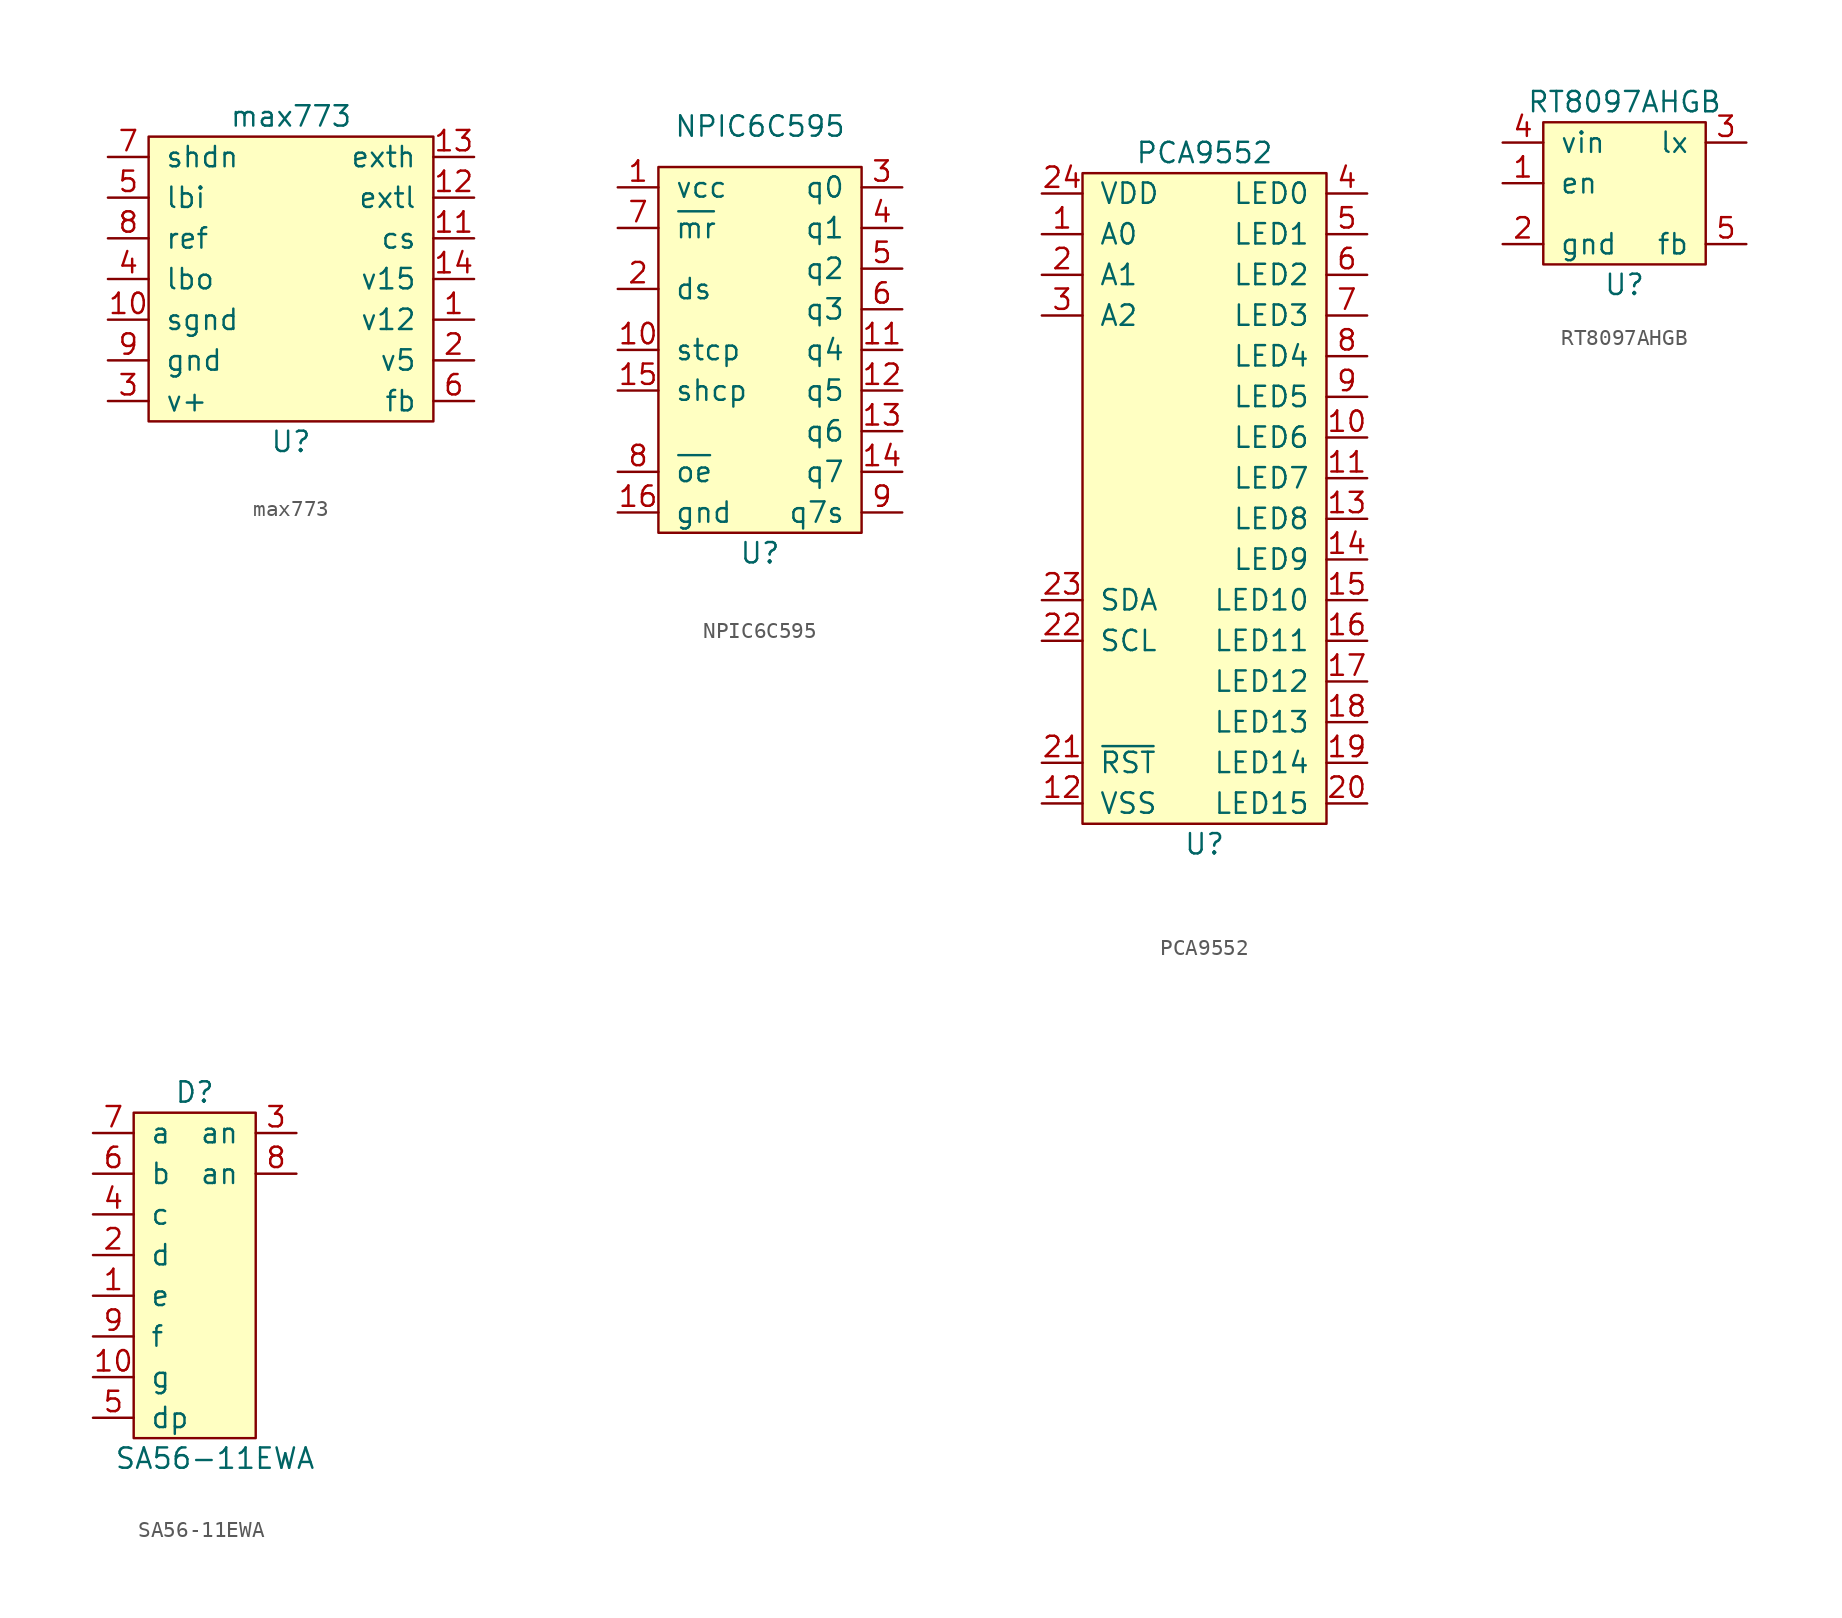
<source format=kicad_sym>
(kicad_symbol_lib
  (version 20211014)
  (generator kicad_symbol_editor)
  (symbol "max773"
    (pin_names
      (offset 1.016))
    (property "Reference" "U"
      (at 0 -10.16 0)
      (effects (font (size 1.27 1.27))))
    (property "Value" "max773"
      (at 0 10.16 0)
      (effects (font (size 1.27 1.27))))
    (symbol "max773_0_1"
      (rectangle (start -8.89 8.89) (end 8.89 -8.89) (stroke (width 0) (type default) (color 0 0 0 0)) (fill (type background))))
    (symbol "max773_1_1"
      (pin unspecified line (at 11.43 -2.54 180) (length 2.54) (name "v12" (effects (font (size 1.27 1.27)))) (number "1" (effects (font (size 1.27 1.27)))))
      (pin power_in line (at -11.43 -2.54 0) (length 2.54) (name "sgnd" (effects (font (size 1.27 1.27)))) (number "10" (effects (font (size 1.27 1.27)))))
      (pin input line (at 11.43 2.54 180) (length 2.54) (name "cs" (effects (font (size 1.27 1.27)))) (number "11" (effects (font (size 1.27 1.27)))))
      (pin output line (at 11.43 5.08 180) (length 2.54) (name "extl" (effects (font (size 1.27 1.27)))) (number "12" (effects (font (size 1.27 1.27)))))
      (pin output line (at 11.43 7.62 180) (length 2.54) (name "exth" (effects (font (size 1.27 1.27)))) (number "13" (effects (font (size 1.27 1.27)))))
      (pin unspecified line (at 11.43 0 180) (length 2.54) (name "v15" (effects (font (size 1.27 1.27)))) (number "14" (effects (font (size 1.27 1.27)))))
      (pin unspecified line (at 11.43 -5.08 180) (length 2.54) (name "v5" (effects (font (size 1.27 1.27)))) (number "2" (effects (font (size 1.27 1.27)))))
      (pin power_in line (at -11.43 -7.62 0) (length 2.54) (name "v+" (effects (font (size 1.27 1.27)))) (number "3" (effects (font (size 1.27 1.27)))))
      (pin power_in line (at -11.43 0 0) (length 2.54) (name "lbo" (effects (font (size 1.27 1.27)))) (number "4" (effects (font (size 1.27 1.27)))))
      (pin input line (at -11.43 5.08 0) (length 2.54) (name "lbi" (effects (font (size 1.27 1.27)))) (number "5" (effects (font (size 1.27 1.27)))))
      (pin input line (at 11.43 -7.62 180) (length 2.54) (name "fb" (effects (font (size 1.27 1.27)))) (number "6" (effects (font (size 1.27 1.27)))))
      (pin input line (at -11.43 7.62 0) (length 2.54) (name "shdn" (effects (font (size 1.27 1.27)))) (number "7" (effects (font (size 1.27 1.27)))))
      (pin input line (at -11.43 2.54 0) (length 2.54) (name "ref" (effects (font (size 1.27 1.27)))) (number "8" (effects (font (size 1.27 1.27)))))
      (pin power_in line (at -11.43 -5.08 0) (length 2.54) (name "gnd" (effects (font (size 1.27 1.27)))) (number "9" (effects (font (size 1.27 1.27)))))))
  (symbol "NPIC6C595"
    (pin_names
      (offset 1.016))
    (property "Reference" "U"
      (at 0 -11.43 0)
      (effects (font (size 1.27 1.27))))
    (property "Value" "NPIC6C595"
      (at 0 15.24 0)
      (effects (font (size 1.27 1.27))))
    (symbol "NPIC6C595_0_1"
      (rectangle (start -6.35 12.7) (end 6.35 -10.16) (stroke (width 0) (type default) (color 0 0 0 0)) (fill (type background))))
    (symbol "NPIC6C595_1_1"
      (pin power_in line (at -8.89 11.43 0) (length 2.54) (name "vcc" (effects (font (size 1.27 1.27)))) (number "1" (effects (font (size 1.27 1.27)))))
      (pin input line (at -8.89 1.27 0) (length 2.54) (name "stcp" (effects (font (size 1.27 1.27)))) (number "10" (effects (font (size 1.27 1.27)))))
      (pin open_collector line (at 8.89 1.27 180) (length 2.54) (name "q4" (effects (font (size 1.27 1.27)))) (number "11" (effects (font (size 1.27 1.27)))))
      (pin open_collector line (at 8.89 -1.27 180) (length 2.54) (name "q5" (effects (font (size 1.27 1.27)))) (number "12" (effects (font (size 1.27 1.27)))))
      (pin open_collector line (at 8.89 -3.81 180) (length 2.54) (name "q6" (effects (font (size 1.27 1.27)))) (number "13" (effects (font (size 1.27 1.27)))))
      (pin open_collector line (at 8.89 -6.35 180) (length 2.54) (name "q7" (effects (font (size 1.27 1.27)))) (number "14" (effects (font (size 1.27 1.27)))))
      (pin input line (at -8.89 -1.27 0) (length 2.54) (name "shcp" (effects (font (size 1.27 1.27)))) (number "15" (effects (font (size 1.27 1.27)))))
      (pin power_in line (at -8.89 -8.89 0) (length 2.54) (name "gnd" (effects (font (size 1.27 1.27)))) (number "16" (effects (font (size 1.27 1.27)))))
      (pin input line (at -8.89 5.08 0) (length 2.54) (name "ds" (effects (font (size 1.27 1.27)))) (number "2" (effects (font (size 1.27 1.27)))))
      (pin open_collector line (at 8.89 11.43 180) (length 2.54) (name "q0" (effects (font (size 1.27 1.27)))) (number "3" (effects (font (size 1.27 1.27)))))
      (pin open_collector line (at 8.89 8.89 180) (length 2.54) (name "q1" (effects (font (size 1.27 1.27)))) (number "4" (effects (font (size 1.27 1.27)))))
      (pin open_collector line (at 8.89 6.35 180) (length 2.54) (name "q2" (effects (font (size 1.27 1.27)))) (number "5" (effects (font (size 1.27 1.27)))))
      (pin open_collector line (at 8.89 3.81 180) (length 2.54) (name "q3" (effects (font (size 1.27 1.27)))) (number "6" (effects (font (size 1.27 1.27)))))
      (pin input line (at -8.89 8.89 0) (length 2.54) (name "~{mr}" (effects (font (size 1.27 1.27)))) (number "7" (effects (font (size 1.27 1.27)))))
      (pin input line (at -8.89 -6.35 0) (length 2.54) (name "~{oe}" (effects (font (size 1.27 1.27)))) (number "8" (effects (font (size 1.27 1.27)))))
      (pin output line (at 8.89 -8.89 180) (length 2.54) (name "q7s" (effects (font (size 1.27 1.27)))) (number "9" (effects (font (size 1.27 1.27)))))))
  (symbol "PCA9552"
    (pin_names
      (offset 1.016))
    (property "Reference" "U"
      (at 0 -21.59 0)
      (effects (font (size 1.27 1.27))))
    (property "Value" "PCA9552"
      (at 0 21.59 0)
      (effects (font (size 1.27 1.27))))
    (symbol "PCA9552_0_1"
      (rectangle (start -7.62 20.32) (end 7.62 -20.32) (stroke (width 0) (type default) (color 0 0 0 0)) (fill (type background))))
    (symbol "PCA9552_1_1"
      (pin input line (at -10.16 16.51 0) (length 2.54) (name "A0" (effects (font (size 1.27 1.27)))) (number "1" (effects (font (size 1.27 1.27)))))
      (pin open_collector line (at 10.16 3.81 180) (length 2.54) (name "LED6" (effects (font (size 1.27 1.27)))) (number "10" (effects (font (size 1.27 1.27)))))
      (pin open_collector line (at 10.16 1.27 180) (length 2.54) (name "LED7" (effects (font (size 1.27 1.27)))) (number "11" (effects (font (size 1.27 1.27)))))
      (pin input line (at -10.16 -19.05 0) (length 2.54) (name "VSS" (effects (font (size 1.27 1.27)))) (number "12" (effects (font (size 1.27 1.27)))))
      (pin open_collector line (at 10.16 -1.27 180) (length 2.54) (name "LED8" (effects (font (size 1.27 1.27)))) (number "13" (effects (font (size 1.27 1.27)))))
      (pin open_collector line (at 10.16 -3.81 180) (length 2.54) (name "LED9" (effects (font (size 1.27 1.27)))) (number "14" (effects (font (size 1.27 1.27)))))
      (pin open_collector line (at 10.16 -6.35 180) (length 2.54) (name "LED10" (effects (font (size 1.27 1.27)))) (number "15" (effects (font (size 1.27 1.27)))))
      (pin open_collector line (at 10.16 -8.89 180) (length 2.54) (name "LED11" (effects (font (size 1.27 1.27)))) (number "16" (effects (font (size 1.27 1.27)))))
      (pin open_collector line (at 10.16 -11.43 180) (length 2.54) (name "LED12" (effects (font (size 1.27 1.27)))) (number "17" (effects (font (size 1.27 1.27)))))
      (pin open_collector line (at 10.16 -13.97 180) (length 2.54) (name "LED13" (effects (font (size 1.27 1.27)))) (number "18" (effects (font (size 1.27 1.27)))))
      (pin open_collector line (at 10.16 -16.51 180) (length 2.54) (name "LED14" (effects (font (size 1.27 1.27)))) (number "19" (effects (font (size 1.27 1.27)))))
      (pin input line (at -10.16 13.97 0) (length 2.54) (name "A1" (effects (font (size 1.27 1.27)))) (number "2" (effects (font (size 1.27 1.27)))))
      (pin open_collector line (at 10.16 -19.05 180) (length 2.54) (name "LED15" (effects (font (size 1.27 1.27)))) (number "20" (effects (font (size 1.27 1.27)))))
      (pin input line (at -10.16 -16.51 0) (length 2.54) (name "~{RST}" (effects (font (size 1.27 1.27)))) (number "21" (effects (font (size 1.27 1.27)))))
      (pin input line (at -10.16 -8.89 0) (length 2.54) (name "SCL" (effects (font (size 1.27 1.27)))) (number "22" (effects (font (size 1.27 1.27)))))
      (pin input line (at -10.16 -6.35 0) (length 2.54) (name "SDA" (effects (font (size 1.27 1.27)))) (number "23" (effects (font (size 1.27 1.27)))))
      (pin power_in line (at -10.16 19.05 0) (length 2.54) (name "VDD" (effects (font (size 1.27 1.27)))) (number "24" (effects (font (size 1.27 1.27)))))
      (pin input line (at -10.16 11.43 0) (length 2.54) (name "A2" (effects (font (size 1.27 1.27)))) (number "3" (effects (font (size 1.27 1.27)))))
      (pin open_collector line (at 10.16 19.05 180) (length 2.54) (name "LED0" (effects (font (size 1.27 1.27)))) (number "4" (effects (font (size 1.27 1.27)))))
      (pin open_collector line (at 10.16 16.51 180) (length 2.54) (name "LED1" (effects (font (size 1.27 1.27)))) (number "5" (effects (font (size 1.27 1.27)))))
      (pin open_collector line (at 10.16 13.97 180) (length 2.54) (name "LED2" (effects (font (size 1.27 1.27)))) (number "6" (effects (font (size 1.27 1.27)))))
      (pin open_collector line (at 10.16 11.43 180) (length 2.54) (name "LED3" (effects (font (size 1.27 1.27)))) (number "7" (effects (font (size 1.27 1.27)))))
      (pin open_collector line (at 10.16 8.89 180) (length 2.54) (name "LED4" (effects (font (size 1.27 1.27)))) (number "8" (effects (font (size 1.27 1.27)))))
      (pin open_collector line (at 10.16 6.35 180) (length 2.54) (name "LED5" (effects (font (size 1.27 1.27)))) (number "9" (effects (font (size 1.27 1.27)))))))
  (symbol "RT8097AHGB"
    (pin_names
      (offset 1.016))
    (property "Reference" "U"
      (at 0 -6.35 0)
      (effects (font (size 1.27 1.27))))
    (property "Value" "RT8097AHGB"
      (at 0 5.08 0)
      (effects (font (size 1.27 1.27))))
    (symbol "RT8097AHGB_0_1"
      (rectangle (start -5.08 3.81) (end 5.08 -5.08) (stroke (width 0) (type default) (color 0 0 0 0)) (fill (type background))))
    (symbol "RT8097AHGB_1_1"
      (pin input line (at -7.62 0 0) (length 2.54) (name "en" (effects (font (size 1.27 1.27)))) (number "1" (effects (font (size 1.27 1.27)))))
      (pin power_in line (at -7.62 -3.81 0) (length 2.54) (name "gnd" (effects (font (size 1.27 1.27)))) (number "2" (effects (font (size 1.27 1.27)))))
      (pin power_out line (at 7.62 2.54 180) (length 2.54) (name "lx" (effects (font (size 1.27 1.27)))) (number "3" (effects (font (size 1.27 1.27)))))
      (pin power_in line (at -7.62 2.54 0) (length 2.54) (name "vin" (effects (font (size 1.27 1.27)))) (number "4" (effects (font (size 1.27 1.27)))))
      (pin input line (at 7.62 -3.81 180) (length 2.54) (name "fb" (effects (font (size 1.27 1.27)))) (number "5" (effects (font (size 1.27 1.27)))))))
  (symbol "SA56-11EWA"
    (pin_names
      (offset 1.016))
    (property "Reference" "D"
      (at 0 11.43 0)
      (effects (font (size 1.27 1.27))))
    (property "Value" "SA56-11EWA"
      (at 1.27 -11.43 0)
      (effects (font (size 1.27 1.27))))
    (symbol "SA56-11EWA_0_1"
      (rectangle (start -3.81 10.16) (end 3.81 -10.16) (stroke (width 0) (type default) (color 0 0 0 0)) (fill (type background))))
    (symbol "SA56-11EWA_1_1"
      (pin passive line (at -6.35 -1.27 0) (length 2.54) (name "e" (effects (font (size 1.27 1.27)))) (number "1" (effects (font (size 1.27 1.27)))))
      (pin passive line (at -6.35 -6.35 0) (length 2.54) (name "g" (effects (font (size 1.27 1.27)))) (number "10" (effects (font (size 1.27 1.27)))))
      (pin passive line (at -6.35 1.27 0) (length 2.54) (name "d" (effects (font (size 1.27 1.27)))) (number "2" (effects (font (size 1.27 1.27)))))
      (pin passive line (at 6.35 8.89 180) (length 2.54) (name "an" (effects (font (size 1.27 1.27)))) (number "3" (effects (font (size 1.27 1.27)))))
      (pin passive line (at -6.35 3.81 0) (length 2.54) (name "c" (effects (font (size 1.27 1.27)))) (number "4" (effects (font (size 1.27 1.27)))))
      (pin passive line (at -6.35 -8.89 0) (length 2.54) (name "dp" (effects (font (size 1.27 1.27)))) (number "5" (effects (font (size 1.27 1.27)))))
      (pin passive line (at -6.35 6.35 0) (length 2.54) (name "b" (effects (font (size 1.27 1.27)))) (number "6" (effects (font (size 1.27 1.27)))))
      (pin passive line (at -6.35 8.89 0) (length 2.54) (name "a" (effects (font (size 1.27 1.27)))) (number "7" (effects (font (size 1.27 1.27)))))
      (pin passive line (at 6.35 6.35 180) (length 2.54) (name "an" (effects (font (size 1.27 1.27)))) (number "8" (effects (font (size 1.27 1.27)))))
      (pin passive line (at -6.35 -3.81 0) (length 2.54) (name "f" (effects (font (size 1.27 1.27)))) (number "9" (effects (font (size 1.27 1.27))))))))
</source>
